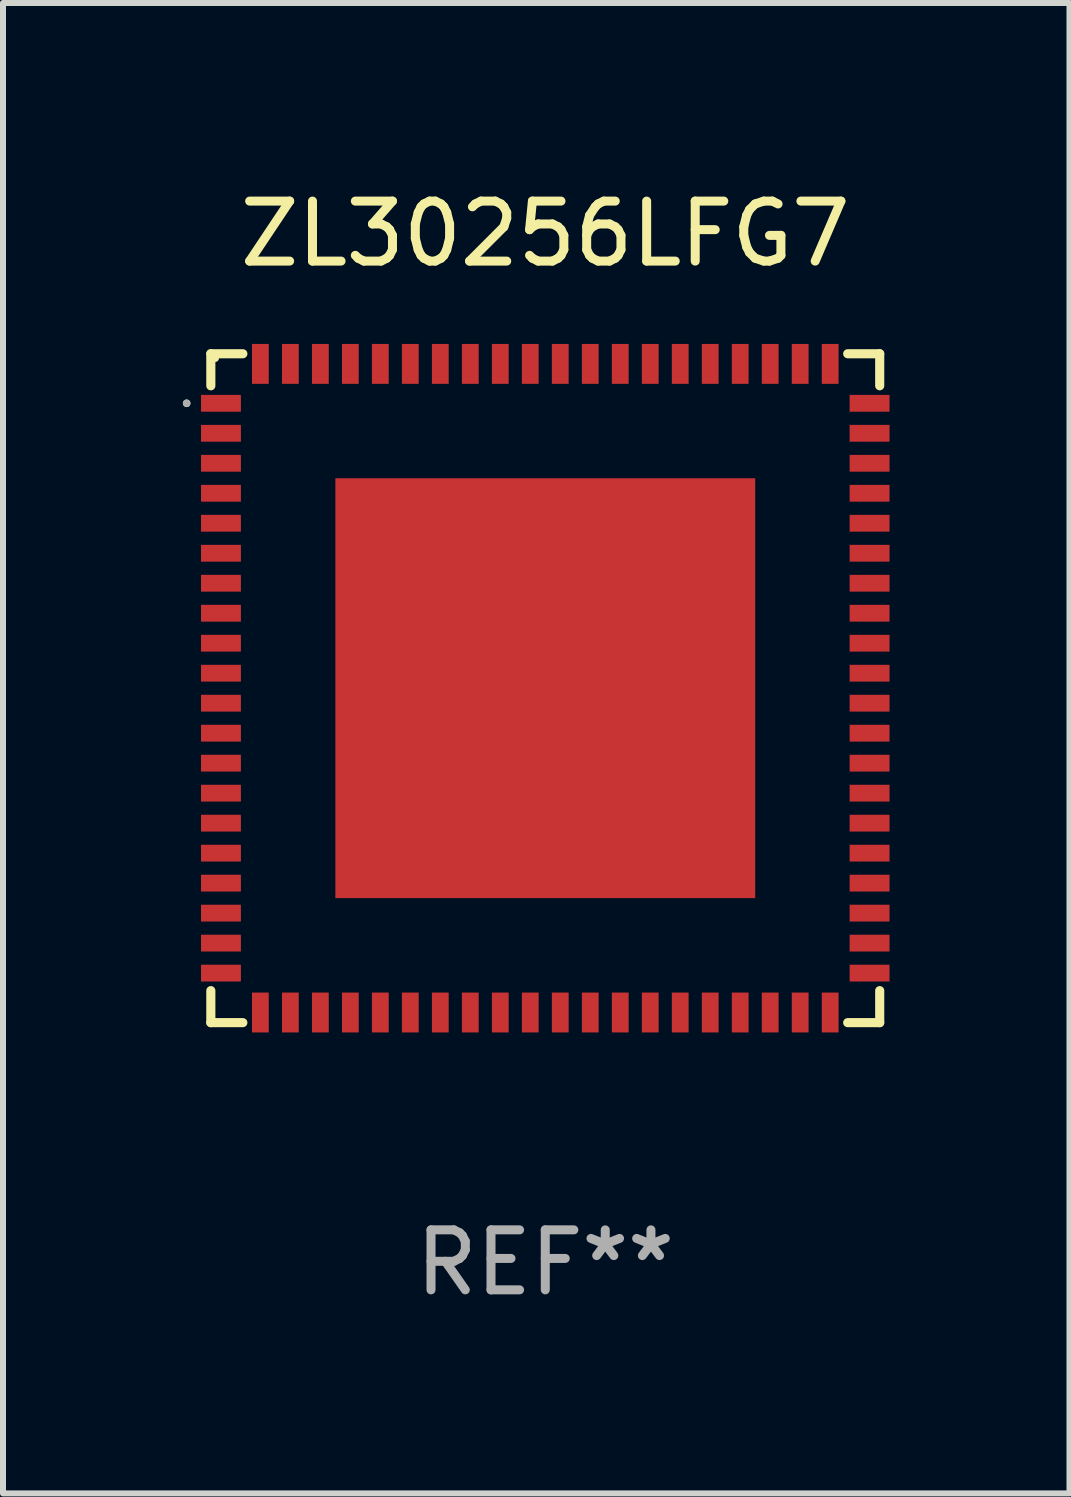
<source format=kicad_pcb>
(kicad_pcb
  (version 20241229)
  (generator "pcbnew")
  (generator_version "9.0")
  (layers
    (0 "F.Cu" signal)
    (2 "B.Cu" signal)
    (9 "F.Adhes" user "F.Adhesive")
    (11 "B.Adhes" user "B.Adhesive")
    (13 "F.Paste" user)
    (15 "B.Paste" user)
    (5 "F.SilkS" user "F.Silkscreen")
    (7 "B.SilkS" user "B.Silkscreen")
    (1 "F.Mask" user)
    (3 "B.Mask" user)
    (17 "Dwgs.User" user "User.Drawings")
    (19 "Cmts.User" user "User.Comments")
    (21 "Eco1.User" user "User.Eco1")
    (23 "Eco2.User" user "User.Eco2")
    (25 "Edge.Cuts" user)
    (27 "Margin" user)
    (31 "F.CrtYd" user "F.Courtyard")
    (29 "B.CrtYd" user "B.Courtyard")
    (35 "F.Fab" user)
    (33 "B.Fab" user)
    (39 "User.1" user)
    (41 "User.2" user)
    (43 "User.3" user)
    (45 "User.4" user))
  (footprint "ZL30256LFG7"
    (layer "F.Cu")
    (at 6.041 8.424)
    (property "Reference" "ZL30256LFG7" (at 0 -7.576 0) (layer "F.SilkS") (effects (font (size 1 1) (thickness 0.15))))
    (attr through_hole)
    (fp_line (start -5.576 -5.576) (end -5.042 -5.576) (stroke (width 0.152) (type solid)) (layer "F.SilkS"))
    (fp_line (start -5.576 -5.042) (end -5.576 -5.576) (stroke (width 0.152) (type solid)) (layer "F.SilkS"))
    (fp_line (start -5.576 5.042) (end -5.576 5.576) (stroke (width 0.152) (type solid)) (layer "F.SilkS"))
    (fp_line (start -5.576 5.576) (end -5.042 5.576) (stroke (width 0.152) (type solid)) (layer "F.SilkS"))
    (fp_line (start 5.576 -5.576) (end 5.042 -5.576) (stroke (width 0.152) (type solid)) (layer "F.SilkS"))
    (fp_line (start 5.576 -5.042) (end 5.576 -5.576) (stroke (width 0.152) (type solid)) (layer "F.SilkS"))
    (fp_line (start 5.576 5.042) (end 5.576 5.576) (stroke (width 0.152) (type solid)) (layer "F.SilkS"))
    (fp_line (start 5.576 5.576) (end 5.042 5.576) (stroke (width 0.152) (type solid)) (layer "F.SilkS"))
    (fp_circle (center -5.979 -4.75) (end -5.947 -4.75) (stroke (width 0.063) (type solid)) (fill no) (layer "F.SilkS"))
    (fp_circle (center -5.5 -5.5) (end -5.47 -5.5) (stroke (width 0.06) (type solid)) (fill no) (layer "F.SilkS"))
    (fp_circle (center -5.979 -4.75) (end -5.947 -4.75) (stroke (width 0.063) (type solid)) (fill no) (layer "F.Fab"))
    (fp_text user "REF**" (at 0 9.576 0) (layer "F.Fab") (effects (font (size 1 1) (thickness 0.15))))
    (pad "1" smd rect (at -5.407 -4.75) (size 0.665 0.28) (layers "F.Cu" "F.Mask" "F.Paste"))
    (pad "2" smd rect (at -5.407 -4.25) (size 0.665 0.28) (layers "F.Cu" "F.Mask" "F.Paste"))
    (pad "3" smd rect (at -5.407 -3.75) (size 0.665 0.28) (layers "F.Cu" "F.Mask" "F.Paste"))
    (pad "4" smd rect (at -5.407 -3.25) (size 0.665 0.28) (layers "F.Cu" "F.Mask" "F.Paste"))
    (pad "5" smd rect (at -5.407 -2.75) (size 0.665 0.28) (layers "F.Cu" "F.Mask" "F.Paste"))
    (pad "6" smd rect (at -5.407 -2.25) (size 0.665 0.28) (layers "F.Cu" "F.Mask" "F.Paste"))
    (pad "7" smd rect (at -5.407 -1.75) (size 0.665 0.28) (layers "F.Cu" "F.Mask" "F.Paste"))
    (pad "8" smd rect (at -5.407 -1.25) (size 0.665 0.28) (layers "F.Cu" "F.Mask" "F.Paste"))
    (pad "9" smd rect (at -5.407 -0.75) (size 0.665 0.28) (layers "F.Cu" "F.Mask" "F.Paste"))
    (pad "10" smd rect (at -5.407 -0.25) (size 0.665 0.28) (layers "F.Cu" "F.Mask" "F.Paste"))
    (pad "11" smd rect (at -5.407 0.25) (size 0.665 0.28) (layers "F.Cu" "F.Mask" "F.Paste"))
    (pad "12" smd rect (at -5.407 0.75) (size 0.665 0.28) (layers "F.Cu" "F.Mask" "F.Paste"))
    (pad "13" smd rect (at -5.407 1.25) (size 0.665 0.28) (layers "F.Cu" "F.Mask" "F.Paste"))
    (pad "14" smd rect (at -5.407 1.75) (size 0.665 0.28) (layers "F.Cu" "F.Mask" "F.Paste"))
    (pad "15" smd rect (at -5.407 2.25) (size 0.665 0.28) (layers "F.Cu" "F.Mask" "F.Paste"))
    (pad "16" smd rect (at -5.407 2.75) (size 0.665 0.28) (layers "F.Cu" "F.Mask" "F.Paste"))
    (pad "17" smd rect (at -5.407 3.25) (size 0.665 0.28) (layers "F.Cu" "F.Mask" "F.Paste"))
    (pad "18" smd rect (at -5.407 3.75) (size 0.665 0.28) (layers "F.Cu" "F.Mask" "F.Paste"))
    (pad "19" smd rect (at -5.407 4.25) (size 0.665 0.28) (layers "F.Cu" "F.Mask" "F.Paste"))
    (pad "20" smd rect (at -5.407 4.75) (size 0.665 0.28) (layers "F.Cu" "F.Mask" "F.Paste"))
    (pad "21" smd rect (at -4.75 5.407) (size 0.28 0.665) (layers "F.Cu" "F.Mask" "F.Paste"))
    (pad "22" smd rect (at -4.25 5.407) (size 0.28 0.665) (layers "F.Cu" "F.Mask" "F.Paste"))
    (pad "23" smd rect (at -3.75 5.407) (size 0.28 0.665) (layers "F.Cu" "F.Mask" "F.Paste"))
    (pad "24" smd rect (at -3.25 5.407) (size 0.28 0.665) (layers "F.Cu" "F.Mask" "F.Paste"))
    (pad "25" smd rect (at -2.75 5.407) (size 0.28 0.665) (layers "F.Cu" "F.Mask" "F.Paste"))
    (pad "26" smd rect (at -2.25 5.407) (size 0.28 0.665) (layers "F.Cu" "F.Mask" "F.Paste"))
    (pad "27" smd rect (at -1.75 5.407) (size 0.28 0.665) (layers "F.Cu" "F.Mask" "F.Paste"))
    (pad "28" smd rect (at -1.25 5.407) (size 0.28 0.665) (layers "F.Cu" "F.Mask" "F.Paste"))
    (pad "29" smd rect (at -0.75 5.407) (size 0.28 0.665) (layers "F.Cu" "F.Mask" "F.Paste"))
    (pad "30" smd rect (at -0.25 5.407) (size 0.28 0.665) (layers "F.Cu" "F.Mask" "F.Paste"))
    (pad "31" smd rect (at 0.25 5.407) (size 0.28 0.665) (layers "F.Cu" "F.Mask" "F.Paste"))
    (pad "32" smd rect (at 0.75 5.407) (size 0.28 0.665) (layers "F.Cu" "F.Mask" "F.Paste"))
    (pad "33" smd rect (at 1.25 5.407) (size 0.28 0.665) (layers "F.Cu" "F.Mask" "F.Paste"))
    (pad "34" smd rect (at 1.75 5.407) (size 0.28 0.665) (layers "F.Cu" "F.Mask" "F.Paste"))
    (pad "35" smd rect (at 2.25 5.407) (size 0.28 0.665) (layers "F.Cu" "F.Mask" "F.Paste"))
    (pad "36" smd rect (at 2.75 5.407) (size 0.28 0.665) (layers "F.Cu" "F.Mask" "F.Paste"))
    (pad "37" smd rect (at 3.25 5.407) (size 0.28 0.665) (layers "F.Cu" "F.Mask" "F.Paste"))
    (pad "38" smd rect (at 3.75 5.407) (size 0.28 0.665) (layers "F.Cu" "F.Mask" "F.Paste"))
    (pad "39" smd rect (at 4.25 5.407) (size 0.28 0.665) (layers "F.Cu" "F.Mask" "F.Paste"))
    (pad "40" smd rect (at 4.75 5.407) (size 0.28 0.665) (layers "F.Cu" "F.Mask" "F.Paste"))
    (pad "41" smd rect (at 5.407 4.75) (size 0.665 0.28) (layers "F.Cu" "F.Mask" "F.Paste"))
    (pad "42" smd rect (at 5.407 4.25) (size 0.665 0.28) (layers "F.Cu" "F.Mask" "F.Paste"))
    (pad "43" smd rect (at 5.407 3.75) (size 0.665 0.28) (layers "F.Cu" "F.Mask" "F.Paste"))
    (pad "44" smd rect (at 5.407 3.25) (size 0.665 0.28) (layers "F.Cu" "F.Mask" "F.Paste"))
    (pad "45" smd rect (at 5.407 2.75) (size 0.665 0.28) (layers "F.Cu" "F.Mask" "F.Paste"))
    (pad "46" smd rect (at 5.407 2.25) (size 0.665 0.28) (layers "F.Cu" "F.Mask" "F.Paste"))
    (pad "47" smd rect (at 5.407 1.75) (size 0.665 0.28) (layers "F.Cu" "F.Mask" "F.Paste"))
    (pad "48" smd rect (at 5.407 1.25) (size 0.665 0.28) (layers "F.Cu" "F.Mask" "F.Paste"))
    (pad "49" smd rect (at 5.407 0.75) (size 0.665 0.28) (layers "F.Cu" "F.Mask" "F.Paste"))
    (pad "50" smd rect (at 5.407 0.25) (size 0.665 0.28) (layers "F.Cu" "F.Mask" "F.Paste"))
    (pad "51" smd rect (at 5.407 -0.25) (size 0.665 0.28) (layers "F.Cu" "F.Mask" "F.Paste"))
    (pad "52" smd rect (at 5.407 -0.75) (size 0.665 0.28) (layers "F.Cu" "F.Mask" "F.Paste"))
    (pad "53" smd rect (at 5.407 -1.25) (size 0.665 0.28) (layers "F.Cu" "F.Mask" "F.Paste"))
    (pad "54" smd rect (at 5.407 -1.75) (size 0.665 0.28) (layers "F.Cu" "F.Mask" "F.Paste"))
    (pad "55" smd rect (at 5.407 -2.25) (size 0.665 0.28) (layers "F.Cu" "F.Mask" "F.Paste"))
    (pad "56" smd rect (at 5.407 -2.75) (size 0.665 0.28) (layers "F.Cu" "F.Mask" "F.Paste"))
    (pad "57" smd rect (at 5.407 -3.25) (size 0.665 0.28) (layers "F.Cu" "F.Mask" "F.Paste"))
    (pad "58" smd rect (at 5.407 -3.75) (size 0.665 0.28) (layers "F.Cu" "F.Mask" "F.Paste"))
    (pad "59" smd rect (at 5.407 -4.25) (size 0.665 0.28) (layers "F.Cu" "F.Mask" "F.Paste"))
    (pad "60" smd rect (at 5.407 -4.75) (size 0.665 0.28) (layers "F.Cu" "F.Mask" "F.Paste"))
    (pad "61" smd rect (at 4.75 -5.407) (size 0.28 0.665) (layers "F.Cu" "F.Mask" "F.Paste"))
    (pad "62" smd rect (at 4.25 -5.407) (size 0.28 0.665) (layers "F.Cu" "F.Mask" "F.Paste"))
    (pad "63" smd rect (at 3.75 -5.407) (size 0.28 0.665) (layers "F.Cu" "F.Mask" "F.Paste"))
    (pad "64" smd rect (at 3.25 -5.407) (size 0.28 0.665) (layers "F.Cu" "F.Mask" "F.Paste"))
    (pad "65" smd rect (at 2.75 -5.407) (size 0.28 0.665) (layers "F.Cu" "F.Mask" "F.Paste"))
    (pad "66" smd rect (at 2.25 -5.407) (size 0.28 0.665) (layers "F.Cu" "F.Mask" "F.Paste"))
    (pad "67" smd rect (at 1.75 -5.407) (size 0.28 0.665) (layers "F.Cu" "F.Mask" "F.Paste"))
    (pad "68" smd rect (at 1.25 -5.407) (size 0.28 0.665) (layers "F.Cu" "F.Mask" "F.Paste"))
    (pad "69" smd rect (at 0.75 -5.407) (size 0.28 0.665) (layers "F.Cu" "F.Mask" "F.Paste"))
    (pad "70" smd rect (at 0.25 -5.407) (size 0.28 0.665) (layers "F.Cu" "F.Mask" "F.Paste"))
    (pad "71" smd rect (at -0.25 -5.407) (size 0.28 0.665) (layers "F.Cu" "F.Mask" "F.Paste"))
    (pad "72" smd rect (at -0.75 -5.407) (size 0.28 0.665) (layers "F.Cu" "F.Mask" "F.Paste"))
    (pad "73" smd rect (at -1.25 -5.407) (size 0.28 0.665) (layers "F.Cu" "F.Mask" "F.Paste"))
    (pad "74" smd rect (at -1.75 -5.407) (size 0.28 0.665) (layers "F.Cu" "F.Mask" "F.Paste"))
    (pad "75" smd rect (at -2.25 -5.407) (size 0.28 0.665) (layers "F.Cu" "F.Mask" "F.Paste"))
    (pad "76" smd rect (at -2.75 -5.407) (size 0.28 0.665) (layers "F.Cu" "F.Mask" "F.Paste"))
    (pad "77" smd rect (at -3.25 -5.407) (size 0.28 0.665) (layers "F.Cu" "F.Mask" "F.Paste"))
    (pad "78" smd rect (at -3.75 -5.407) (size 0.28 0.665) (layers "F.Cu" "F.Mask" "F.Paste"))
    (pad "79" smd rect (at -4.25 -5.407) (size 0.28 0.665) (layers "F.Cu" "F.Mask" "F.Paste"))
    (pad "80" smd rect (at -4.75 -5.407) (size 0.28 0.665) (layers "F.Cu" "F.Mask" "F.Paste"))
    (pad "81" smd rect (at 0 0) (size 7 7) (layers "F.Cu" "F.Mask" "F.Paste")))
  (gr_rect
    (start -3 -3)
    (end 14.781 21.849)
    (stroke (width 0.1) (type default))
    (fill no)
    (layer "Edge.Cuts")))
</source>
